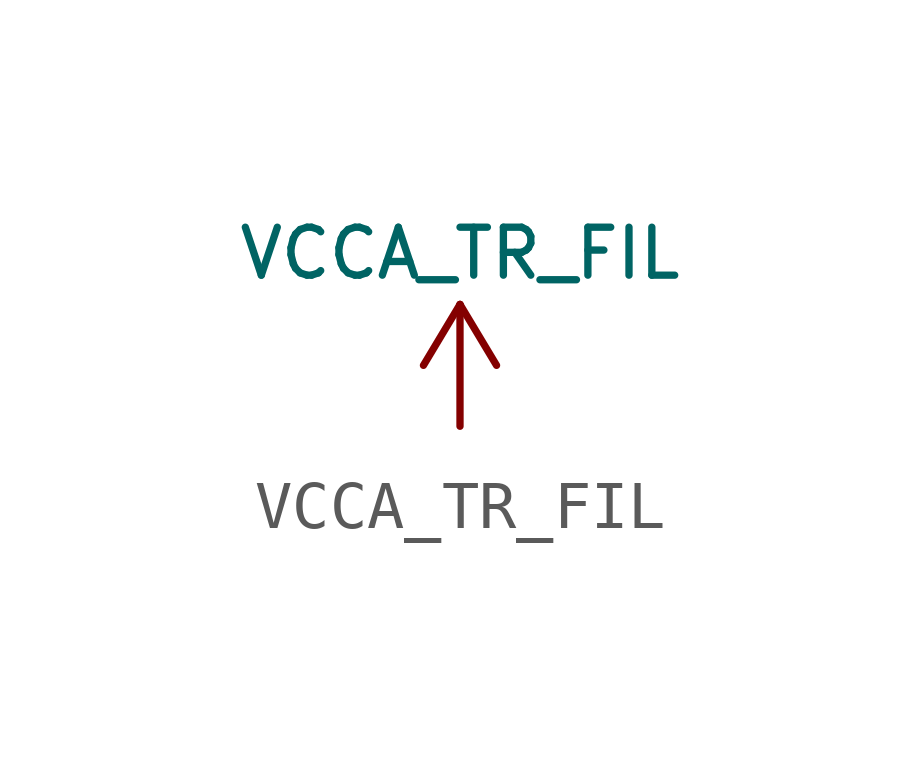
<source format=kicad_sym>
(kicad_symbol_lib
  (version 20241209)
  (generator "kicad_symbol_editor")
  (generator_version "9.0")
  (symbol "VCCA_TR_FIL"
    (power)
    (pin_names
      (offset 0))
    (property "Reference" "#PWR?"
      (at 0 -3.81 0)
      (effects (font (size 1.27 1.27)) (hide yes)))
    (property "Value" "VCCA_TR_FIL"
      (at 0 3.605 0)
      (effects (font (size 1 1))))
    (symbol "VCCA_TR_FIL_0_1"
      (polyline (pts (xy -0.762 1.27) (xy 0 2.54)) (stroke (width 0) (type default)) (fill (type none)))
      (polyline (pts (xy 0 2.54) (xy 0.762 1.27)) (stroke (width 0) (type default)) (fill (type none)))
      (polyline (pts (xy 0 0) (xy 0 2.54)) (stroke (width 0) (type default)) (fill (type none))))
    (symbol "VCCA_TR_FIL_1_1"
      (pin power_in line (at 0 0 90) (length 0) (hide yes) (name "VCCA_TR_FIL" (effects (font (size 1.27 1.27)))) (number "1" (effects (font (size 1.27 1.27))))))))
</source>
